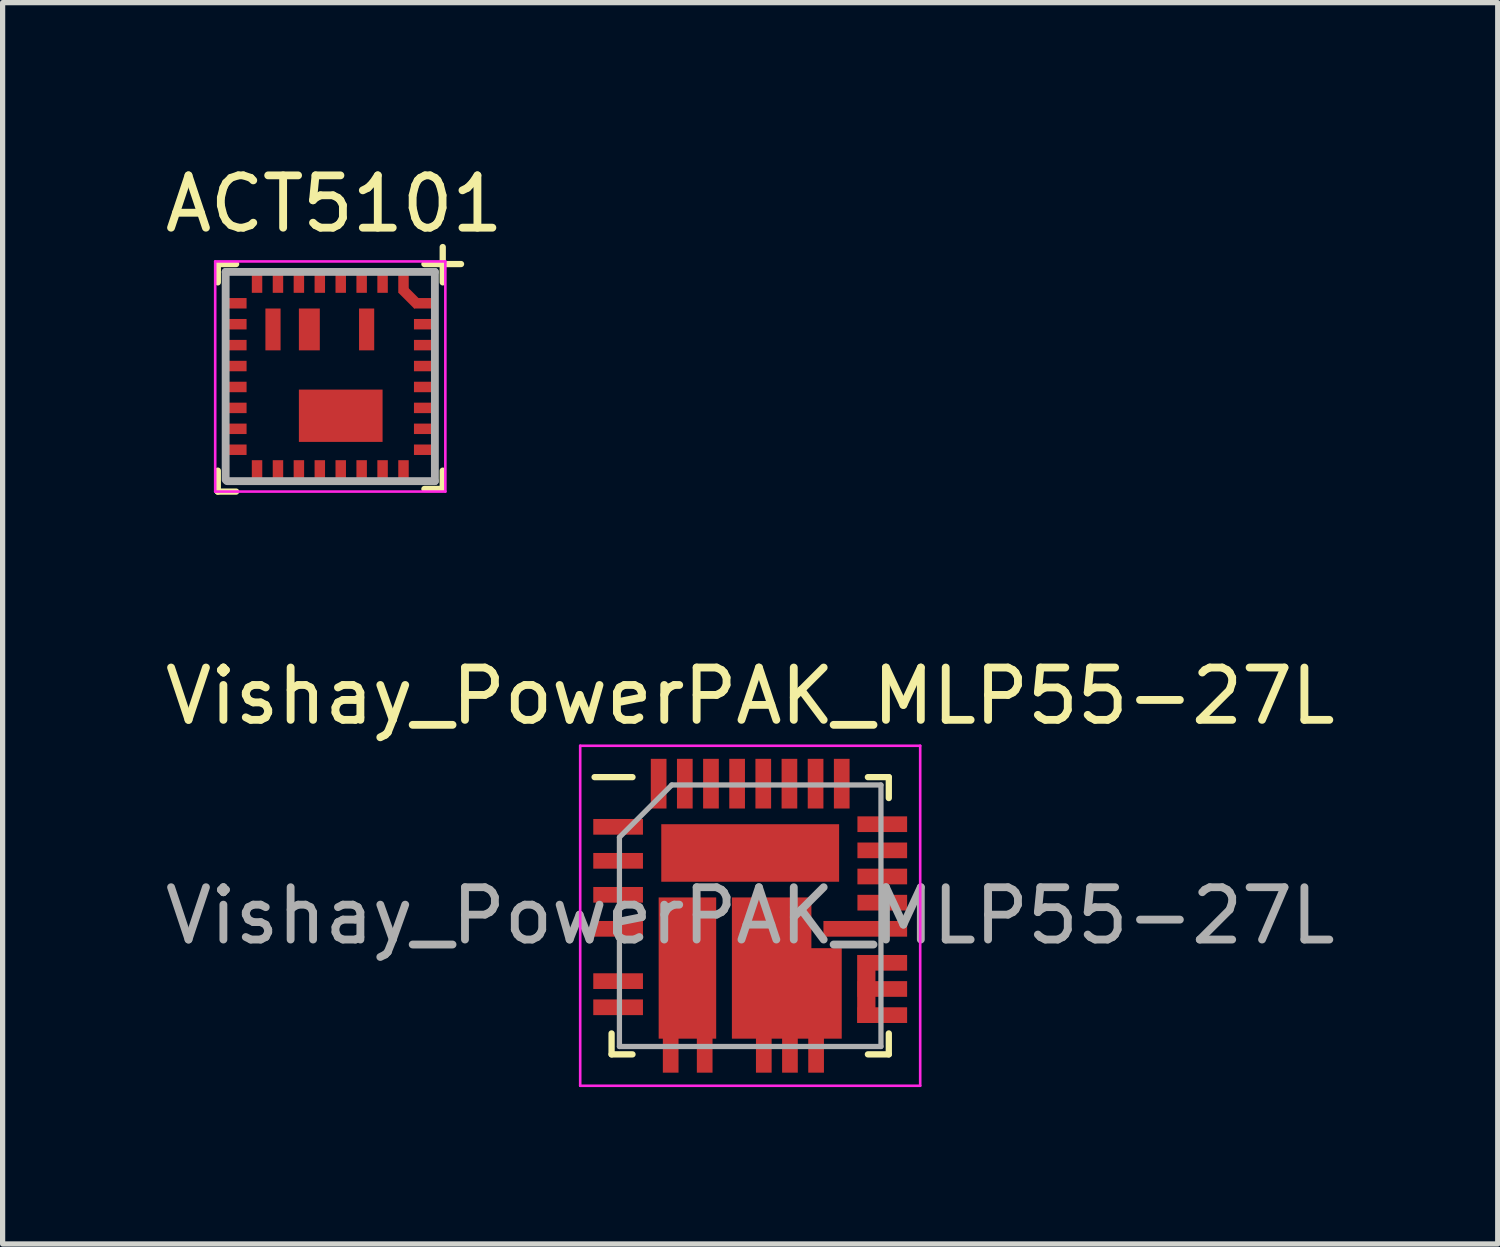
<source format=kicad_pcb>
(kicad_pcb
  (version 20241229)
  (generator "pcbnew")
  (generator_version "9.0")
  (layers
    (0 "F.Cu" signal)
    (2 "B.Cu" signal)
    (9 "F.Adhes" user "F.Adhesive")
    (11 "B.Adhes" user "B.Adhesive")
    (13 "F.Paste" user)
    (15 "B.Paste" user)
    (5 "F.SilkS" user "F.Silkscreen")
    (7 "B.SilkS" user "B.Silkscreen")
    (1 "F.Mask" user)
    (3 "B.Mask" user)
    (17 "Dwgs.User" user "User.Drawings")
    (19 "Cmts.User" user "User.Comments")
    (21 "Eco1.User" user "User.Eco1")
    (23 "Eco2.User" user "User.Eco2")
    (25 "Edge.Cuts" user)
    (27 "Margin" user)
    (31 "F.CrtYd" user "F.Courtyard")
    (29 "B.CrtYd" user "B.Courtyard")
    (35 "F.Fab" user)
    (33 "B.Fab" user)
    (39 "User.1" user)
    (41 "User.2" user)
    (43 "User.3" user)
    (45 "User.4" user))
  (footprint "ACT5101"
    (layer "F.Cu")
    (at 3.264 4.148)
    (property "Reference" "ACT5101" (at 0.075 -3.3 0) (layer "F.SilkS") (effects (font (size 1 1) (thickness 0.15))))
    (attr through_hole)
    (fp_line (start -2.15 -2.15) (end -1.8 -2.15) (stroke (width 0.12) (type solid)) (layer "F.SilkS"))
    (fp_line (start -2.15 -1.8) (end -2.15 -2.15) (stroke (width 0.12) (type solid)) (layer "F.SilkS"))
    (fp_line (start -2.15 1.8) (end -2.15 2.2) (stroke (width 0.12) (type solid)) (layer "F.SilkS"))
    (fp_line (start -1.8 2.2) (end -2.15 2.2) (stroke (width 0.12) (type solid)) (layer "F.SilkS"))
    (fp_line (start 2.15 -2.15) (end 1.8 -2.15) (stroke (width 0.12) (type solid)) (layer "F.SilkS"))
    (fp_line (start 2.15 -2.125) (end 2.15 -2.475) (stroke (width 0.12) (type solid)) (layer "F.SilkS"))
    (fp_line (start 2.15 -1.8) (end 2.15 -2.15) (stroke (width 0.12) (type solid)) (layer "F.SilkS"))
    (fp_line (start 2.15 1.8) (end 2.15 2.15) (stroke (width 0.12) (type solid)) (layer "F.SilkS"))
    (fp_line (start 2.15 2.15) (end 1.8 2.15) (stroke (width 0.12) (type solid)) (layer "F.SilkS"))
    (fp_line (start 2.5 -2.15) (end 2.15 -2.15) (stroke (width 0.12) (type solid)) (layer "F.SilkS"))
    (fp_line (start -2.2 -2.2) (end 2.2 -2.2) (stroke (width 0.05) (type solid)) (layer "F.CrtYd"))
    (fp_line (start -2.2 2.2) (end -2.2 -2.2) (stroke (width 0.05) (type solid)) (layer "F.CrtYd"))
    (fp_line (start 2.2 -2.2) (end 2.2 2.2) (stroke (width 0.05) (type solid)) (layer "F.CrtYd"))
    (fp_line (start 2.2 2.2) (end -2.2 2.2) (stroke (width 0.05) (type solid)) (layer "F.CrtYd"))
    (fp_line (start -2 -2) (end -2 1.975) (stroke (width 0.15) (type solid)) (layer "F.Fab"))
    (fp_line (start -1.975 2) (end 2 2) (stroke (width 0.15) (type solid)) (layer "F.Fab"))
    (fp_line (start 2 -2) (end -2 -2) (stroke (width 0.15) (type solid)) (layer "F.Fab"))
    (fp_line (start 2 2) (end 2 -2) (stroke (width 0.15) (type solid)) (layer "F.Fab"))
    (pad "1" smd rect (at -1.4 1.8 180) (size 0.2 0.4) (layers "F.Cu" "F.Mask" "F.Paste"))
    (pad "2" smd rect (at -1 1.8 180) (size 0.2 0.4) (layers "F.Cu" "F.Mask" "F.Paste"))
    (pad "3" smd rect (at -0.6 1.8 180) (size 0.2 0.4) (layers "F.Cu" "F.Mask" "F.Paste"))
    (pad "4" smd rect (at -0.2 1.8 180) (size 0.2 0.4) (layers "F.Cu" "F.Mask" "F.Paste"))
    (pad "5" smd rect (at 0.2 1.8 180) (size 0.2 0.4) (layers "F.Cu" "F.Mask" "F.Paste"))
    (pad "6" smd rect (at 0.6 1.8 180) (size 0.2 0.4) (layers "F.Cu" "F.Mask" "F.Paste"))
    (pad "7" smd rect (at 1 1.8 180) (size 0.2 0.4) (layers "F.Cu" "F.Mask" "F.Paste"))
    (pad "8" smd rect (at 1.4 1.8 180) (size 0.2 0.4) (layers "F.Cu" "F.Mask" "F.Paste"))
    (pad "9" smd rect (at 1.8 1.4 90) (size 0.2 0.4) (layers "F.Cu" "F.Mask" "F.Paste"))
    (pad "10" smd rect (at 1.8 1 90) (size 0.2 0.4) (layers "F.Cu" "F.Mask" "F.Paste"))
    (pad "11" smd rect (at 1.8 0.6 90) (size 0.2 0.4) (layers "F.Cu" "F.Mask" "F.Paste"))
    (pad "12" smd rect (at 1.8 0.2 90) (size 0.2 0.4) (layers "F.Cu" "F.Mask" "F.Paste"))
    (pad "13" smd rect (at 1.8 -0.2 90) (size 0.2 0.4) (layers "F.Cu" "F.Mask" "F.Paste"))
    (pad "14" smd rect (at 1.8 -0.6 90) (size 0.2 0.4) (layers "F.Cu" "F.Mask" "F.Paste"))
    (pad "15" smd rect (at 1.8 -1 90) (size 0.2 0.4) (layers "F.Cu" "F.Mask" "F.Paste"))
    (pad "16" smd rect (at 1.8 -1.4 90) (size 0.2 0.4) (layers "F.Cu" "F.Mask" "F.Paste"))
    (pad "17" smd rect (at 1.4 -1.8 180) (size 0.2 0.4) (layers "F.Cu" "F.Mask" "F.Paste"))
    (pad "17" smd rect (at 1.525 -1.52 45) (size 0.2 0.43) (layers "F.Cu" "F.Mask" "F.Paste"))
    (pad "18" smd rect (at 1 -1.8 180) (size 0.2 0.4) (layers "F.Cu" "F.Mask" "F.Paste"))
    (pad "19" smd rect (at 0.6 -1.8 180) (size 0.2 0.4) (layers "F.Cu" "F.Mask" "F.Paste"))
    (pad "20" smd rect (at 0.2 -1.8 180) (size 0.2 0.4) (layers "F.Cu" "F.Mask" "F.Paste"))
    (pad "21" smd rect (at -0.2 -1.8 180) (size 0.2 0.4) (layers "F.Cu" "F.Mask" "F.Paste"))
    (pad "22" smd rect (at -0.6 -1.8 180) (size 0.2 0.4) (layers "F.Cu" "F.Mask" "F.Paste"))
    (pad "23" smd rect (at -1 -1.8 180) (size 0.2 0.4) (layers "F.Cu" "F.Mask" "F.Paste"))
    (pad "24" smd rect (at -1.4 -1.8 180) (size 0.2 0.4) (layers "F.Cu" "F.Mask" "F.Paste"))
    (pad "25" smd rect (at -1.8 -1.4 90) (size 0.2 0.4) (layers "F.Cu" "F.Mask" "F.Paste"))
    (pad "26" smd rect (at -1.8 -1 90) (size 0.2 0.4) (layers "F.Cu" "F.Mask" "F.Paste"))
    (pad "27" smd rect (at -1.8 -0.6 90) (size 0.2 0.4) (layers "F.Cu" "F.Mask" "F.Paste"))
    (pad "28" smd rect (at -1.8 -0.2 90) (size 0.2 0.4) (layers "F.Cu" "F.Mask" "F.Paste"))
    (pad "29" smd rect (at -1.8 0.2 90) (size 0.2 0.4) (layers "F.Cu" "F.Mask" "F.Paste"))
    (pad "30" smd rect (at -1.8 0.6 90) (size 0.2 0.4) (layers "F.Cu" "F.Mask" "F.Paste"))
    (pad "31" smd rect (at -1.8 1 90) (size 0.2 0.4) (layers "F.Cu" "F.Mask" "F.Paste"))
    (pad "32" smd rect (at -1.8 1.4 90) (size 0.2 0.4) (layers "F.Cu" "F.Mask" "F.Paste"))
    (pad "33" smd rect (at 0.695 -0.9 90) (size 0.8 0.29) (layers "F.Cu" "F.Mask" "F.Paste"))
    (pad "34" smd rect (at -0.4 -0.9) (size 0.4 0.8) (layers "F.Cu" "F.Mask" "F.Paste"))
    (pad "35" smd rect (at -1.095 -0.9) (size 0.29 0.8) (layers "F.Cu" "F.Mask" "F.Paste"))
    (pad "EP" smd rect (at 0.2 0.75) (size 1.6 1) (layers "F.Cu" "F.Mask" "F.Paste")))
  (footprint "Vishay_PowerPAK_MLP55-27L"
    (layer "F.Cu")
    (at 11.292 14.457)
    (property "Reference" "Vishay_PowerPAK_MLP55-27L" (at 0 -4.2 0) (layer "F.SilkS") (effects (font (size 1 1) (thickness 0.15))))
    (attr smd)
    (fp_line (start -2.65 2.65) (end -2.65 2.25) (stroke (width 0.12) (type solid)) (layer "F.SilkS"))
    (fp_line (start -2.25 -2.65) (end -2.975 -2.65) (stroke (width 0.12) (type solid)) (layer "F.SilkS"))
    (fp_line (start -2.25 2.65) (end -2.65 2.65) (stroke (width 0.12) (type solid)) (layer "F.SilkS"))
    (fp_line (start 2.25 -2.65) (end 2.65 -2.65) (stroke (width 0.12) (type solid)) (layer "F.SilkS"))
    (fp_line (start 2.25 2.65) (end 2.65 2.65) (stroke (width 0.12) (type solid)) (layer "F.SilkS"))
    (fp_line (start 2.65 -2.65) (end 2.65 -2.25) (stroke (width 0.12) (type solid)) (layer "F.SilkS"))
    (fp_line (start 2.65 2.65) (end 2.65 2.25) (stroke (width 0.12) (type solid)) (layer "F.SilkS"))
    (fp_line (start -3.25 -3.25) (end 3.25 -3.25) (stroke (width 0.05) (type solid)) (layer "F.CrtYd"))
    (fp_line (start -3.25 3.25) (end -3.25 -3.25) (stroke (width 0.05) (type solid)) (layer "F.CrtYd"))
    (fp_line (start 3.25 -3.25) (end 3.25 3.25) (stroke (width 0.05) (type solid)) (layer "F.CrtYd"))
    (fp_line (start 3.25 3.25) (end -3.25 3.25) (stroke (width 0.05) (type solid)) (layer "F.CrtYd"))
    (fp_line (start -2.5 -1.5) (end -2.5 2.5) (stroke (width 0.1) (type solid)) (layer "F.Fab"))
    (fp_line (start -2.5 2.5) (end 2.5 2.5) (stroke (width 0.1) (type solid)) (layer "F.Fab"))
    (fp_line (start -1.5 -2.5) (end -2.5 -1.5) (stroke (width 0.1) (type solid)) (layer "F.Fab"))
    (fp_line (start 2.5 -2.5) (end -1.5 -2.5) (stroke (width 0.1) (type solid)) (layer "F.Fab"))
    (fp_line (start 2.5 2.5) (end 2.5 -2.5) (stroke (width 0.1) (type solid)) (layer "F.Fab"))
    (fp_text user "${REFERENCE}" (at 0 0 0) (layer "F.Fab") (effects (font (size 1 1) (thickness 0.15))))
    (pad "1" smd rect (at -2.525 -1.7 90) (size 0.3 0.95) (layers "F.Cu" "F.Mask" "F.Paste"))
    (pad "2" smd rect (at -2.525 -1.05 90) (size 0.3 0.95) (layers "F.Cu" "F.Mask" "F.Paste"))
    (pad "3" smd rect (at -2.525 -0.4 90) (size 0.3 0.95) (layers "F.Cu" "F.Mask" "F.Paste"))
    (pad "4" smd rect (at -2.525 0.25 90) (size 0.3 0.95) (layers "F.Cu" "F.Mask" "F.Paste"))
    (pad "5" smd rect (at -2.525 1.25 90) (size 0.3 0.95) (layers "F.Cu" "F.Mask" "F.Paste"))
    (pad "6" smd rect (at -2.525 1.75 90) (size 0.3 0.95) (layers "F.Cu" "F.Mask" "F.Paste"))
    (pad "7" smd rect (at -1.52 2.525) (size 0.3 0.95) (layers "F.Cu" "F.Mask" "F.Paste"))
    (pad "8" smd rect (at -0.87 2.525) (size 0.3 0.95) (layers "F.Cu" "F.Mask" "F.Paste"))
    (pad "9" smd rect (at 0.26 2.525) (size 0.3 0.95) (layers "F.Cu" "F.Mask" "F.Paste"))
    (pad "10" smd rect (at 0.76 2.525) (size 0.3 0.95) (layers "F.Cu" "F.Mask" "F.Paste"))
    (pad "11" smd rect (at 1.26 2.525) (size 0.3 0.95) (layers "F.Cu" "F.Mask" "F.Paste"))
    (pad "12" smd rect (at 2.525 1.9 90) (size 0.3 0.95) (layers "F.Cu" "F.Mask" "F.Paste"))
    (pad "13" smd rect (at 2.525 1.4 90) (size 0.3 0.95) (layers "F.Cu" "F.Mask" "F.Paste"))
    (pad "14" smd custom (at 2.525 0.9 90) (size 0.3 0.95) (layers "F.Cu" "F.Mask" "F.Paste") (options (anchor rect)) (primitives (gr_poly (pts (xy 0.15 -0.48) (xy 0.15 -0.13) (xy -1.15 -0.13) (xy -1.15 -0.48)) (width 0) (fill yes))))
    (pad "15" smd rect (at 2.2 0.25 90) (size 0.3 1.6) (layers "F.Cu" "F.Mask" "F.Paste"))
    (pad "16" smd rect (at 2.525 -0.25 90) (size 0.3 0.95) (layers "F.Cu" "F.Mask" "F.Paste"))
    (pad "17" smd rect (at 2.525 -0.75 90) (size 0.3 0.95) (layers "F.Cu" "F.Mask" "F.Paste"))
    (pad "18" smd rect (at 2.525 -1.25 90) (size 0.3 0.95) (layers "F.Cu" "F.Mask" "F.Paste"))
    (pad "19" smd rect (at 2.525 -1.75 90) (size 0.3 0.95) (layers "F.Cu" "F.Mask" "F.Paste"))
    (pad "20" smd rect (at 1.75 -2.525) (size 0.3 0.95) (layers "F.Cu" "F.Mask" "F.Paste"))
    (pad "21" smd rect (at 1.25 -2.525) (size 0.3 0.95) (layers "F.Cu" "F.Mask" "F.Paste"))
    (pad "22" smd rect (at 0.75 -2.525) (size 0.3 0.95) (layers "F.Cu" "F.Mask" "F.Paste"))
    (pad "23" smd rect (at 0.25 -2.525) (size 0.3 0.95) (layers "F.Cu" "F.Mask" "F.Paste"))
    (pad "24" smd rect (at -0.25 -2.525) (size 0.3 0.95) (layers "F.Cu" "F.Mask" "F.Paste"))
    (pad "25" smd rect (at -0.75 -2.525) (size 0.3 0.95) (layers "F.Cu" "F.Mask" "F.Paste"))
    (pad "26" smd rect (at -1.25 -2.525) (size 0.3 0.95) (layers "F.Cu" "F.Mask" "F.Paste"))
    (pad "27" smd rect (at -1.75 -2.525) (size 0.3 0.95) (layers "F.Cu" "F.Mask" "F.Paste"))
    (pad "28" smd rect (at 0 -1.2 180) (size 3.4 1.1) (layers "F.Cu" "F.Mask" "F.Paste"))
    (pad "29" smd rect (at -1.2 1 180) (size 1.1 2.7) (layers "F.Cu" "F.Mask" "F.Paste"))
    (pad "30" smd custom (at -0.05 -0.05) (size 0.6 0.6) (layers "F.Cu" "F.Mask" "F.Paste") (options (anchor rect)) (primitives (gr_poly (pts (xy -0.3 -0.3) (xy 1.22 -0.3) (xy 1.22 0.67) (xy 1.8 0.67) (xy 1.8 2.4) (xy -0.3 2.4)) (width 0) (fill yes)))))
  (gr_rect
    (start -3 -3)
    (end 25.583 20.732)
    (stroke (width 0.1) (type default))
    (fill no)
    (layer "Edge.Cuts")))
</source>
